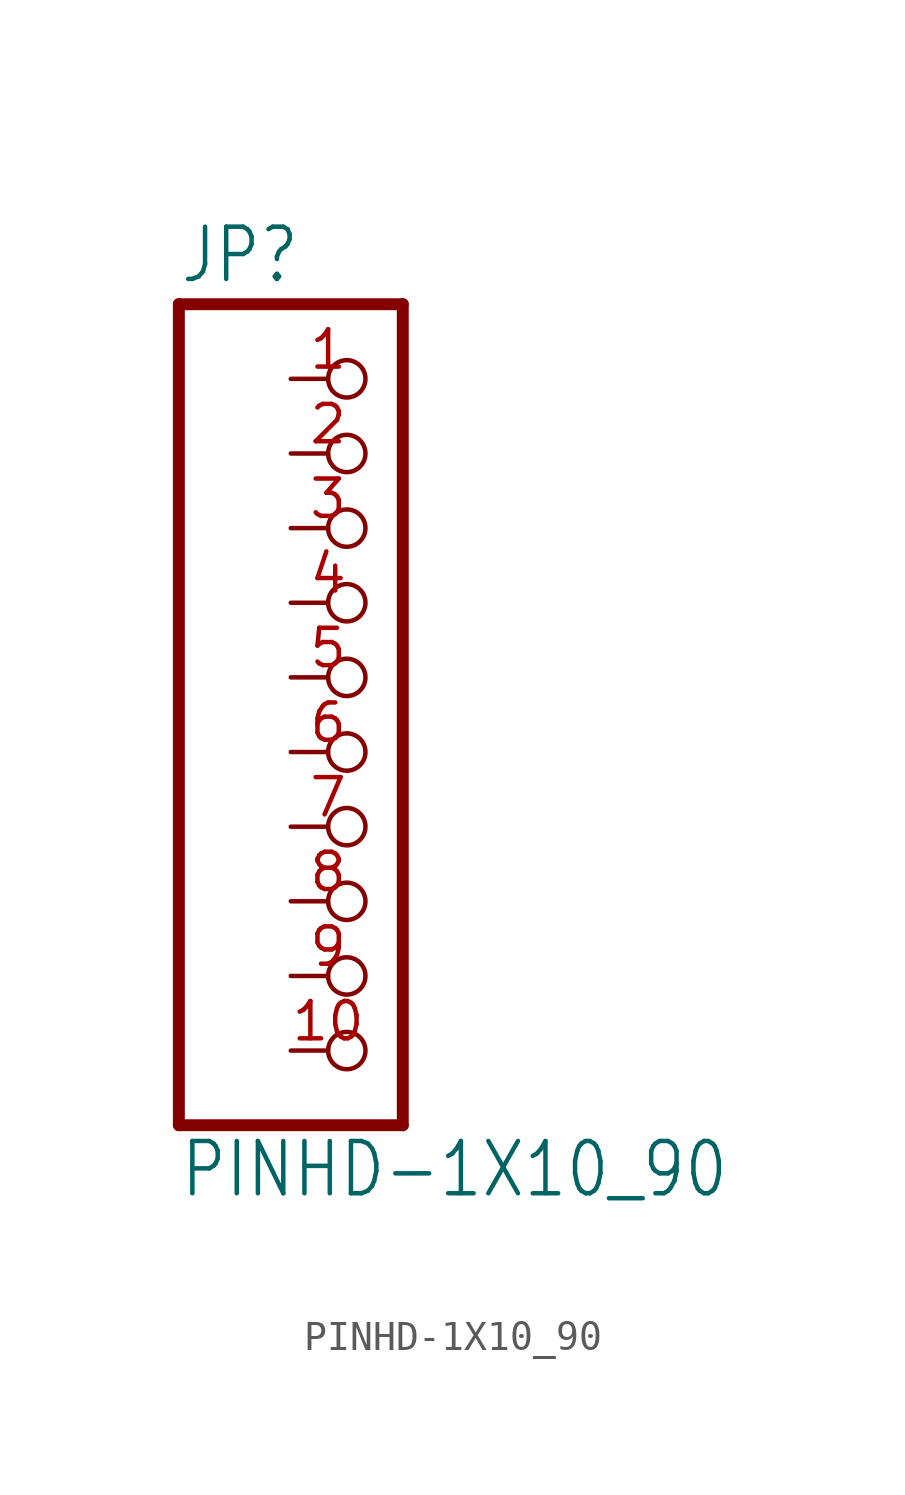
<source format=kicad_sym>
(kicad_symbol_lib
  (version 20201005)
  (generator kicad_symbol_editor)
  (symbol "PINHD-1X10_90"
    (property "Reference" "JP"
      (at -6.35 13.335 0)
      (effects (font (size 1.778 1.511)) (justify left bottom)))
    (property "Value" "PINHD-1X10_90"
      (at -6.35 -17.78 0)
      (effects (font (size 1.778 1.511)) (justify left bottom)))
    (property "ki_locked" ""
      (at 0 0 0)
      (effects (font (size 1.27 1.27))))
    (symbol "PINHD-1X10_90_1_0"
      (polyline (pts (xy -6.35 -15.24) (xy 1.27 -15.24)) (stroke (width 0.406)) (fill (type none)))
      (polyline (pts (xy -6.35 12.7) (xy -6.35 -15.24)) (stroke (width 0.406)) (fill (type none)))
      (polyline (pts (xy 1.27 -15.24) (xy 1.27 12.7)) (stroke (width 0.406)) (fill (type none)))
      (polyline (pts (xy 1.27 12.7) (xy -6.35 12.7)) (stroke (width 0.406)) (fill (type none)))
      (pin passive inverted (at -2.54 10.16 0) (length 2.54) (name "1" (effects (font (size 0 0)))) (number "1" (effects (font (size 1.27 1.27)))))
      (pin passive inverted (at -2.54 -12.7 0) (length 2.54) (name "10" (effects (font (size 0 0)))) (number "10" (effects (font (size 1.27 1.27)))))
      (pin passive inverted (at -2.54 7.62 0) (length 2.54) (name "2" (effects (font (size 0 0)))) (number "2" (effects (font (size 1.27 1.27)))))
      (pin passive inverted (at -2.54 5.08 0) (length 2.54) (name "3" (effects (font (size 0 0)))) (number "3" (effects (font (size 1.27 1.27)))))
      (pin passive inverted (at -2.54 2.54 0) (length 2.54) (name "4" (effects (font (size 0 0)))) (number "4" (effects (font (size 1.27 1.27)))))
      (pin passive inverted (at -2.54 0 0) (length 2.54) (name "5" (effects (font (size 0 0)))) (number "5" (effects (font (size 1.27 1.27)))))
      (pin passive inverted (at -2.54 -2.54 0) (length 2.54) (name "6" (effects (font (size 0 0)))) (number "6" (effects (font (size 1.27 1.27)))))
      (pin passive inverted (at -2.54 -5.08 0) (length 2.54) (name "7" (effects (font (size 0 0)))) (number "7" (effects (font (size 1.27 1.27)))))
      (pin passive inverted (at -2.54 -7.62 0) (length 2.54) (name "8" (effects (font (size 0 0)))) (number "8" (effects (font (size 1.27 1.27)))))
      (pin passive inverted (at -2.54 -10.16 0) (length 2.54) (name "9" (effects (font (size 0 0)))) (number "9" (effects (font (size 1.27 1.27))))))))
</source>
